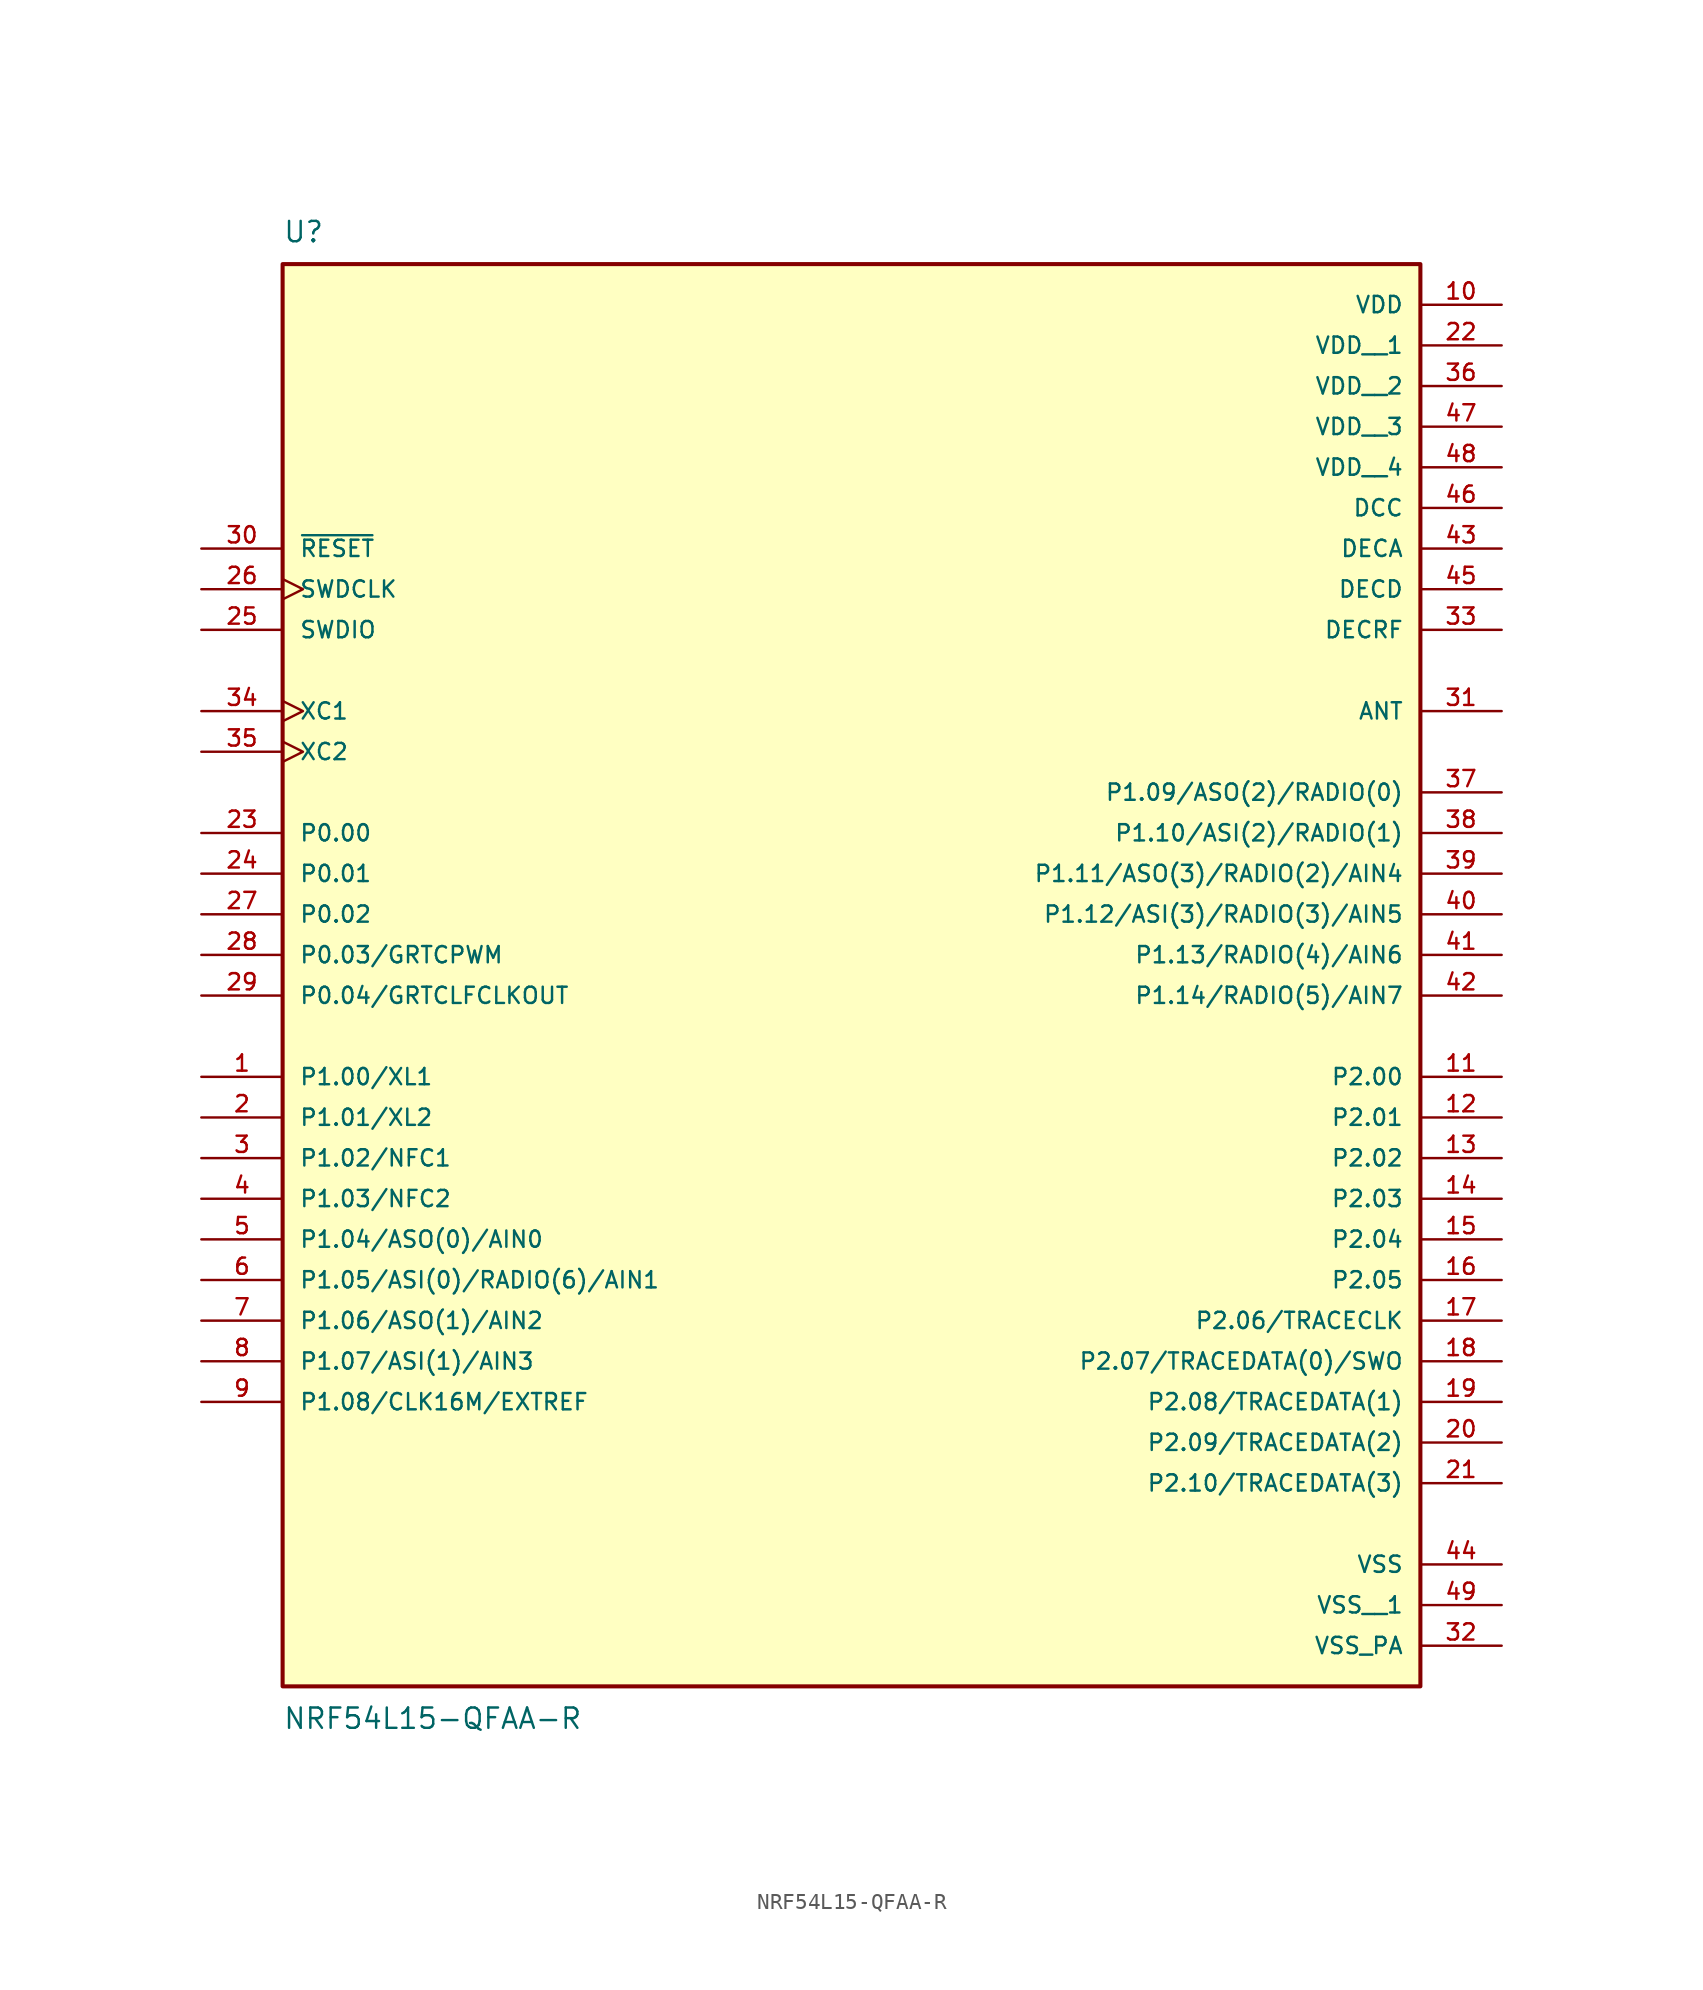
<source format=kicad_sym>
(kicad_symbol_lib
  (version 20211014)
  (generator kicad_symbol_editor)
  (symbol "NRF54L15-QFAA-R"
    (pin_names
      (offset 1.016))
    (property "Reference" "U"
      (at -35.56 39.37 0)
      (effects (font (size 1.27 1.27)) (justify bottom left)))
    (property "Value" "NRF54L15-QFAA-R"
      (at -35.56 -52.07 0)
      (effects (font (size 1.27 1.27)) (justify top left)))
    (symbol "NRF54L15-QFAA-R_0_0"
      (rectangle (start -35.56 -50.8) (end 35.56 38.1) (stroke (width 0.254)) (fill (type background)))
      (pin power_in line (at 40.64 22.86 180.0) (length 5.08) (name "DCC" (effects (font (size 1.016 1.016)))) (number "46" (effects (font (size 1.016 1.016)))))
      (pin power_in line (at 40.64 20.32 180.0) (length 5.08) (name "DECA" (effects (font (size 1.016 1.016)))) (number "43" (effects (font (size 1.016 1.016)))))
      (pin power_in line (at 40.64 17.78 180.0) (length 5.08) (name "DECD" (effects (font (size 1.016 1.016)))) (number "45" (effects (font (size 1.016 1.016)))))
      (pin power_in line (at 40.64 15.24 180.0) (length 5.08) (name "DECRF" (effects (font (size 1.016 1.016)))) (number "33" (effects (font (size 1.016 1.016)))))
      (pin power_in line (at 40.64 35.56 180.0) (length 5.08) (name "VDD" (effects (font (size 1.016 1.016)))) (number "10" (effects (font (size 1.016 1.016)))))
      (pin input line (at -40.64 20.32 0) (length 5.08) (name "~{RESET}" (effects (font (size 1.016 1.016)))) (number "30" (effects (font (size 1.016 1.016)))))
      (pin input clock (at -40.64 17.78 0) (length 5.08) (name "SWDCLK" (effects (font (size 1.016 1.016)))) (number "26" (effects (font (size 1.016 1.016)))))
      (pin input clock (at -40.64 10.16 0) (length 5.08) (name "XC1" (effects (font (size 1.016 1.016)))) (number "34" (effects (font (size 1.016 1.016)))))
      (pin input clock (at -40.64 7.62 0) (length 5.08) (name "XC2" (effects (font (size 1.016 1.016)))) (number "35" (effects (font (size 1.016 1.016)))))
      (pin bidirectional line (at -40.64 2.54 0) (length 5.08) (name "P0.00" (effects (font (size 1.016 1.016)))) (number "23" (effects (font (size 1.016 1.016)))))
      (pin bidirectional line (at -40.64 0.0 0) (length 5.08) (name "P0.01" (effects (font (size 1.016 1.016)))) (number "24" (effects (font (size 1.016 1.016)))))
      (pin bidirectional line (at -40.64 -2.54 0) (length 5.08) (name "P0.02" (effects (font (size 1.016 1.016)))) (number "27" (effects (font (size 1.016 1.016)))))
      (pin bidirectional line (at -40.64 -5.08 0) (length 5.08) (name "P0.03/GRTCPWM" (effects (font (size 1.016 1.016)))) (number "28" (effects (font (size 1.016 1.016)))))
      (pin bidirectional line (at -40.64 -7.62 0) (length 5.08) (name "P0.04/GRTCLFCLKOUT" (effects (font (size 1.016 1.016)))) (number "29" (effects (font (size 1.016 1.016)))))
      (pin bidirectional line (at -40.64 -12.7 0) (length 5.08) (name "P1.00/XL1" (effects (font (size 1.016 1.016)))) (number "1" (effects (font (size 1.016 1.016)))))
      (pin bidirectional line (at -40.64 -15.24 0) (length 5.08) (name "P1.01/XL2" (effects (font (size 1.016 1.016)))) (number "2" (effects (font (size 1.016 1.016)))))
      (pin bidirectional line (at -40.64 -17.78 0) (length 5.08) (name "P1.02/NFC1" (effects (font (size 1.016 1.016)))) (number "3" (effects (font (size 1.016 1.016)))))
      (pin bidirectional line (at -40.64 -20.32 0) (length 5.08) (name "P1.03/NFC2" (effects (font (size 1.016 1.016)))) (number "4" (effects (font (size 1.016 1.016)))))
      (pin bidirectional line (at -40.64 -22.86 0) (length 5.08) (name "P1.04/ASO(0)/AIN0" (effects (font (size 1.016 1.016)))) (number "5" (effects (font (size 1.016 1.016)))))
      (pin bidirectional line (at -40.64 -25.4 0) (length 5.08) (name "P1.05/ASI(0)/RADIO(6)/AIN1" (effects (font (size 1.016 1.016)))) (number "6" (effects (font (size 1.016 1.016)))))
      (pin bidirectional line (at -40.64 -27.94 0) (length 5.08) (name "P1.06/ASO(1)/AIN2" (effects (font (size 1.016 1.016)))) (number "7" (effects (font (size 1.016 1.016)))))
      (pin bidirectional line (at -40.64 -30.48 0) (length 5.08) (name "P1.07/ASI(1)/AIN3" (effects (font (size 1.016 1.016)))) (number "8" (effects (font (size 1.016 1.016)))))
      (pin bidirectional line (at -40.64 -33.02 0) (length 5.08) (name "P1.08/CLK16M/EXTREF" (effects (font (size 1.016 1.016)))) (number "9" (effects (font (size 1.016 1.016)))))
      (pin bidirectional line (at 40.64 5.08 180.0) (length 5.08) (name "P1.09/ASO(2)/RADIO(0)" (effects (font (size 1.016 1.016)))) (number "37" (effects (font (size 1.016 1.016)))))
      (pin bidirectional line (at 40.64 2.54 180.0) (length 5.08) (name "P1.10/ASI(2)/RADIO(1)" (effects (font (size 1.016 1.016)))) (number "38" (effects (font (size 1.016 1.016)))))
      (pin output line (at 40.64 10.16 180.0) (length 5.08) (name "ANT" (effects (font (size 1.016 1.016)))) (number "31" (effects (font (size 1.016 1.016)))))
      (pin bidirectional line (at 40.64 0.0 180.0) (length 5.08) (name "P1.11/ASO(3)/RADIO(2)/AIN4" (effects (font (size 1.016 1.016)))) (number "39" (effects (font (size 1.016 1.016)))))
      (pin bidirectional line (at 40.64 -2.54 180.0) (length 5.08) (name "P1.12/ASI(3)/RADIO(3)/AIN5" (effects (font (size 1.016 1.016)))) (number "40" (effects (font (size 1.016 1.016)))))
      (pin bidirectional line (at 40.64 -5.08 180.0) (length 5.08) (name "P1.13/RADIO(4)/AIN6" (effects (font (size 1.016 1.016)))) (number "41" (effects (font (size 1.016 1.016)))))
      (pin bidirectional line (at 40.64 -7.62 180.0) (length 5.08) (name "P1.14/RADIO(5)/AIN7" (effects (font (size 1.016 1.016)))) (number "42" (effects (font (size 1.016 1.016)))))
      (pin bidirectional line (at 40.64 -12.7 180.0) (length 5.08) (name "P2.00" (effects (font (size 1.016 1.016)))) (number "11" (effects (font (size 1.016 1.016)))))
      (pin bidirectional line (at 40.64 -15.24 180.0) (length 5.08) (name "P2.01" (effects (font (size 1.016 1.016)))) (number "12" (effects (font (size 1.016 1.016)))))
      (pin bidirectional line (at 40.64 -17.78 180.0) (length 5.08) (name "P2.02" (effects (font (size 1.016 1.016)))) (number "13" (effects (font (size 1.016 1.016)))))
      (pin bidirectional line (at 40.64 -20.32 180.0) (length 5.08) (name "P2.03" (effects (font (size 1.016 1.016)))) (number "14" (effects (font (size 1.016 1.016)))))
      (pin bidirectional line (at 40.64 -22.86 180.0) (length 5.08) (name "P2.04" (effects (font (size 1.016 1.016)))) (number "15" (effects (font (size 1.016 1.016)))))
      (pin bidirectional line (at 40.64 -25.4 180.0) (length 5.08) (name "P2.05" (effects (font (size 1.016 1.016)))) (number "16" (effects (font (size 1.016 1.016)))))
      (pin bidirectional line (at 40.64 -27.94 180.0) (length 5.08) (name "P2.06/TRACECLK" (effects (font (size 1.016 1.016)))) (number "17" (effects (font (size 1.016 1.016)))))
      (pin bidirectional line (at 40.64 -30.48 180.0) (length 5.08) (name "P2.07/TRACEDATA(0)/SWO" (effects (font (size 1.016 1.016)))) (number "18" (effects (font (size 1.016 1.016)))))
      (pin bidirectional line (at 40.64 -33.02 180.0) (length 5.08) (name "P2.08/TRACEDATA(1)" (effects (font (size 1.016 1.016)))) (number "19" (effects (font (size 1.016 1.016)))))
      (pin bidirectional line (at 40.64 -35.56 180.0) (length 5.08) (name "P2.09/TRACEDATA(2)" (effects (font (size 1.016 1.016)))) (number "20" (effects (font (size 1.016 1.016)))))
      (pin bidirectional line (at 40.64 -38.1 180.0) (length 5.08) (name "P2.10/TRACEDATA(3)" (effects (font (size 1.016 1.016)))) (number "21" (effects (font (size 1.016 1.016)))))
      (pin bidirectional line (at -40.64 15.24 0) (length 5.08) (name "SWDIO" (effects (font (size 1.016 1.016)))) (number "25" (effects (font (size 1.016 1.016)))))
      (pin power_in line (at 40.64 -43.18 180.0) (length 5.08) (name "VSS" (effects (font (size 1.016 1.016)))) (number "44" (effects (font (size 1.016 1.016)))))
      (pin power_in line (at 40.64 -48.26 180.0) (length 5.08) (name "VSS_PA" (effects (font (size 1.016 1.016)))) (number "32" (effects (font (size 1.016 1.016)))))
      (pin power_in line (at 40.64 33.02 180.0) (length 5.08) (name "VDD__1" (effects (font (size 1.016 1.016)))) (number "22" (effects (font (size 1.016 1.016)))))
      (pin power_in line (at 40.64 30.48 180.0) (length 5.08) (name "VDD__2" (effects (font (size 1.016 1.016)))) (number "36" (effects (font (size 1.016 1.016)))))
      (pin power_in line (at 40.64 27.94 180.0) (length 5.08) (name "VDD__3" (effects (font (size 1.016 1.016)))) (number "47" (effects (font (size 1.016 1.016)))))
      (pin power_in line (at 40.64 25.4 180.0) (length 5.08) (name "VDD__4" (effects (font (size 1.016 1.016)))) (number "48" (effects (font (size 1.016 1.016)))))
      (pin power_in line (at 40.64 -45.72 180.0) (length 5.08) (name "VSS__1" (effects (font (size 1.016 1.016)))) (number "49" (effects (font (size 1.016 1.016))))))))
</source>
